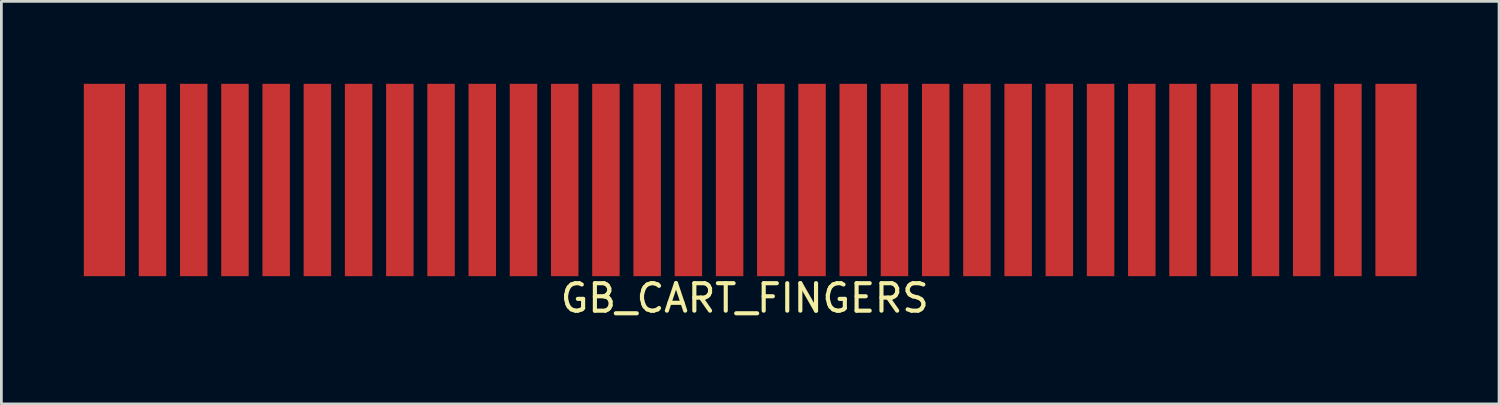
<source format=kicad_pcb>
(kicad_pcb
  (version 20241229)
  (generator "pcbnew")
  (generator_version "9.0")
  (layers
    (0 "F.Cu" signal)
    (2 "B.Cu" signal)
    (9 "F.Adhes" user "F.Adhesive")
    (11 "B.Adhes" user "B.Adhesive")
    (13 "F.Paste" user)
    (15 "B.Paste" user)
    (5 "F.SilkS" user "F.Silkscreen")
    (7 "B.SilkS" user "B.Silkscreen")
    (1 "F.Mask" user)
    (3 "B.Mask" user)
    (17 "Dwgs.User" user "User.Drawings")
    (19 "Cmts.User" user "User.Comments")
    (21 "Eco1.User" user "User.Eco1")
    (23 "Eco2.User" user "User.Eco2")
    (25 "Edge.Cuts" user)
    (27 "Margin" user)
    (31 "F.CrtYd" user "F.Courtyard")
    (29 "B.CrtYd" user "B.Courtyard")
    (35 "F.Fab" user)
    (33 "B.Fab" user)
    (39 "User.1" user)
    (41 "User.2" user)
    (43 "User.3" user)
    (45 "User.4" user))
  (footprint "GB_CART_FINGERS"
    (layer "F.Cu")
    (at 24.25 3.5)
    (property "Reference" "GB_CART_FINGERS" (at -0.2 4.3 0) (layer "F.SilkS") (effects (font (size 1 1) (thickness 0.15))))
    (attr through_hole)
    (pad "1" smd rect (at -23.5 0) (size 1.5 7) (layers "F.Cu" "F.Mask"))
    (pad "2" smd rect (at -21.75 0) (size 1 7) (layers "F.Cu" "F.Mask"))
    (pad "3" smd rect (at -20.25 0) (size 1 7) (layers "F.Cu" "F.Mask"))
    (pad "4" smd rect (at -18.75 0) (size 1 7) (layers "F.Cu" "F.Mask"))
    (pad "5" smd rect (at -17.25 0) (size 1 7) (layers "F.Cu" "F.Mask"))
    (pad "6" smd rect (at -15.75 0) (size 1 7) (layers "F.Cu" "F.Mask"))
    (pad "7" smd rect (at -14.25 0) (size 1 7) (layers "F.Cu" "F.Mask"))
    (pad "8" smd rect (at -12.75 0) (size 1 7) (layers "F.Cu" "F.Mask"))
    (pad "9" smd rect (at -11.25 0) (size 1 7) (layers "F.Cu" "F.Mask"))
    (pad "10" smd rect (at -9.75 0) (size 1 7) (layers "F.Cu" "F.Mask"))
    (pad "11" smd rect (at -8.25 0) (size 1 7) (layers "F.Cu" "F.Mask"))
    (pad "12" smd rect (at -6.75 0) (size 1 7) (layers "F.Cu" "F.Mask"))
    (pad "13" smd rect (at -5.25 0) (size 1 7) (layers "F.Cu" "F.Mask"))
    (pad "14" smd rect (at -3.75 0) (size 1 7) (layers "F.Cu" "F.Mask"))
    (pad "15" smd rect (at -2.25 0) (size 1 7) (layers "F.Cu" "F.Mask"))
    (pad "16" smd rect (at -0.75 0) (size 1 7) (layers "F.Cu" "F.Mask"))
    (pad "17" smd rect (at 0.75 0) (size 1 7) (layers "F.Cu" "F.Mask"))
    (pad "18" smd rect (at 2.25 0) (size 1 7) (layers "F.Cu" "F.Mask"))
    (pad "19" smd rect (at 3.75 0) (size 1 7) (layers "F.Cu" "F.Mask"))
    (pad "20" smd rect (at 5.25 0) (size 1 7) (layers "F.Cu" "F.Mask"))
    (pad "21" smd rect (at 6.75 0) (size 1 7) (layers "F.Cu" "F.Mask"))
    (pad "22" smd rect (at 8.25 0) (size 1 7) (layers "F.Cu" "F.Mask"))
    (pad "23" smd rect (at 9.75 0) (size 1 7) (layers "F.Cu" "F.Mask"))
    (pad "24" smd rect (at 11.25 0) (size 1 7) (layers "F.Cu" "F.Mask"))
    (pad "25" smd rect (at 12.75 0) (size 1 7) (layers "F.Cu" "F.Mask"))
    (pad "26" smd rect (at 14.25 0) (size 1 7) (layers "F.Cu" "F.Mask"))
    (pad "27" smd rect (at 15.75 0) (size 1 7) (layers "F.Cu" "F.Mask"))
    (pad "28" smd rect (at 17.25 0) (size 1 7) (layers "F.Cu" "F.Mask"))
    (pad "29" smd rect (at 18.75 0) (size 1 7) (layers "F.Cu" "F.Mask"))
    (pad "30" smd rect (at 20.25 0) (size 1 7) (layers "F.Cu" "F.Mask"))
    (pad "31" smd rect (at 21.75 0) (size 1 7) (layers "F.Cu" "F.Mask"))
    (pad "32" smd rect (at 23.5 0) (size 1.5 7) (layers "F.Cu" "F.Mask")))
  (gr_rect
    (start -3 -3)
    (end 51.5 11.648)
    (stroke (width 0.1) (type default))
    (fill no)
    (layer "Edge.Cuts")))
</source>
